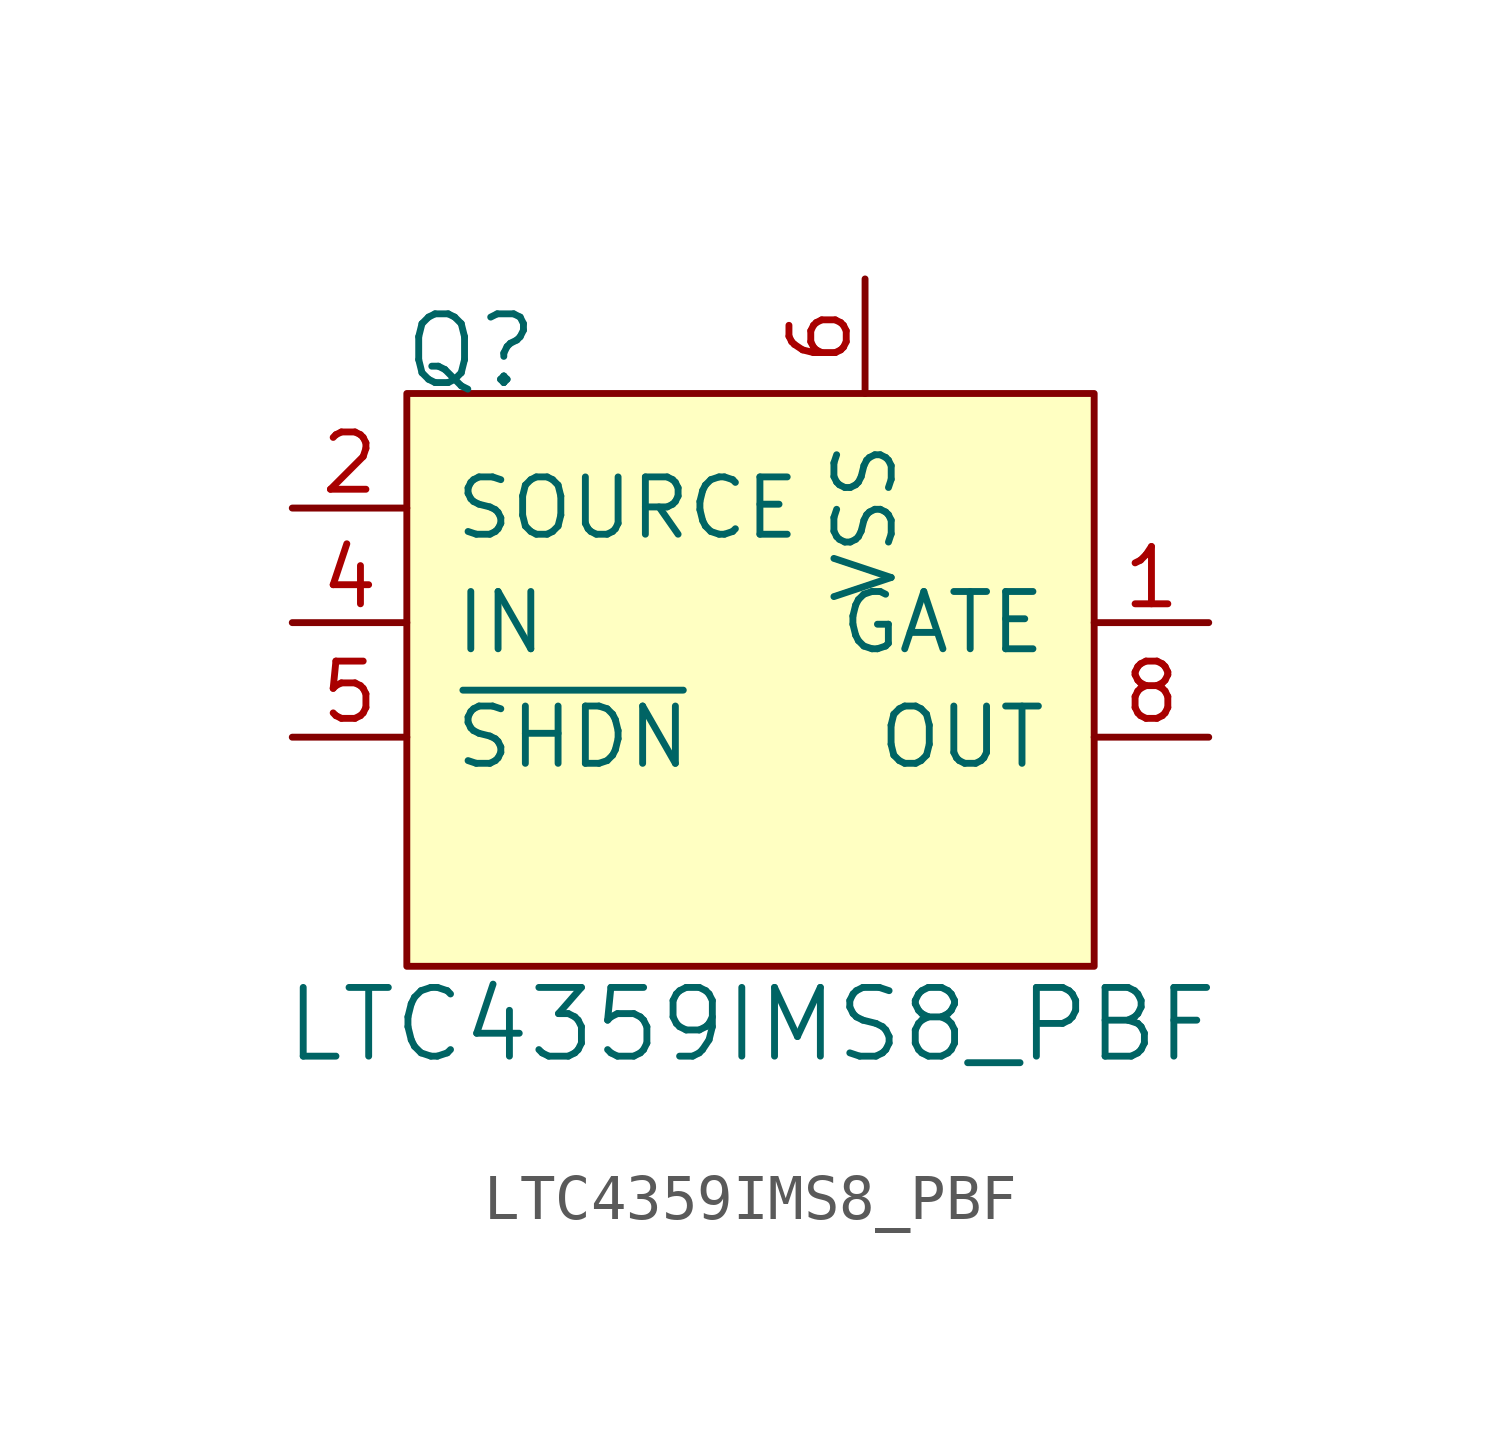
<source format=kicad_sym>
(kicad_symbol_lib
  (version 20231120)
  (generator "kicad_symbol_editor")
  (generator_version "8.0")
  (symbol "LTC4359IMS8_PBF"
    (pin_names
      (offset 1.016))
    (property "Reference" "Q"
      (at -7.747 8.56 0)
      (effects (font (size 1.524 1.524)) (justify left)))
    (property "Value" "LTC4359IMS8_PBF"
      (at 0.025 -6.375 0)
      (effects (font (size 1.524 1.524))))
    (symbol "LTC4359IMS8_PBF_0_1"
      (rectangle (start -7.62 7.62) (end 7.62 -5.08) (stroke (width 0) (type solid)) (fill (type background))))
    (symbol "LTC4359IMS8_PBF_1_1"
      (pin output line (at 10.16 2.54 180) (length 2.54) (name "GATE" (effects (font (size 1.27 1.27)))) (number "1" (effects (font (size 1.27 1.27)))))
      (pin input line (at -10.16 5.08 0) (length 2.54) (name "SOURCE" (effects (font (size 1.27 1.27)))) (number "2" (effects (font (size 1.27 1.27)))))
      (pin no_connect line (at -7.62 -2.54 0) (length 2.54) hide (name "NC" (effects (font (size 1.27 1.27)))) (number "3" (effects (font (size 1.27 1.27)))))
      (pin input line (at -10.16 2.54 0) (length 2.54) (name "IN" (effects (font (size 1.27 1.27)))) (number "4" (effects (font (size 1.27 1.27)))))
      (pin input line (at -10.16 0 0) (length 2.54) (name "~{SHDN}" (effects (font (size 1.27 1.27)))) (number "5" (effects (font (size 1.27 1.27)))))
      (pin power_in line (at 2.54 10.16 270) (length 2.54) (name "VSS" (effects (font (size 1.27 1.27)))) (number "6" (effects (font (size 1.27 1.27)))))
      (pin no_connect line (at 7.62 -2.54 180) (length 2.54) hide (name "NC" (effects (font (size 1.27 1.27)))) (number "7" (effects (font (size 1.27 1.27)))))
      (pin output line (at 10.16 0 180) (length 2.54) (name "OUT" (effects (font (size 1.27 1.27)))) (number "8" (effects (font (size 1.27 1.27))))))))
</source>
